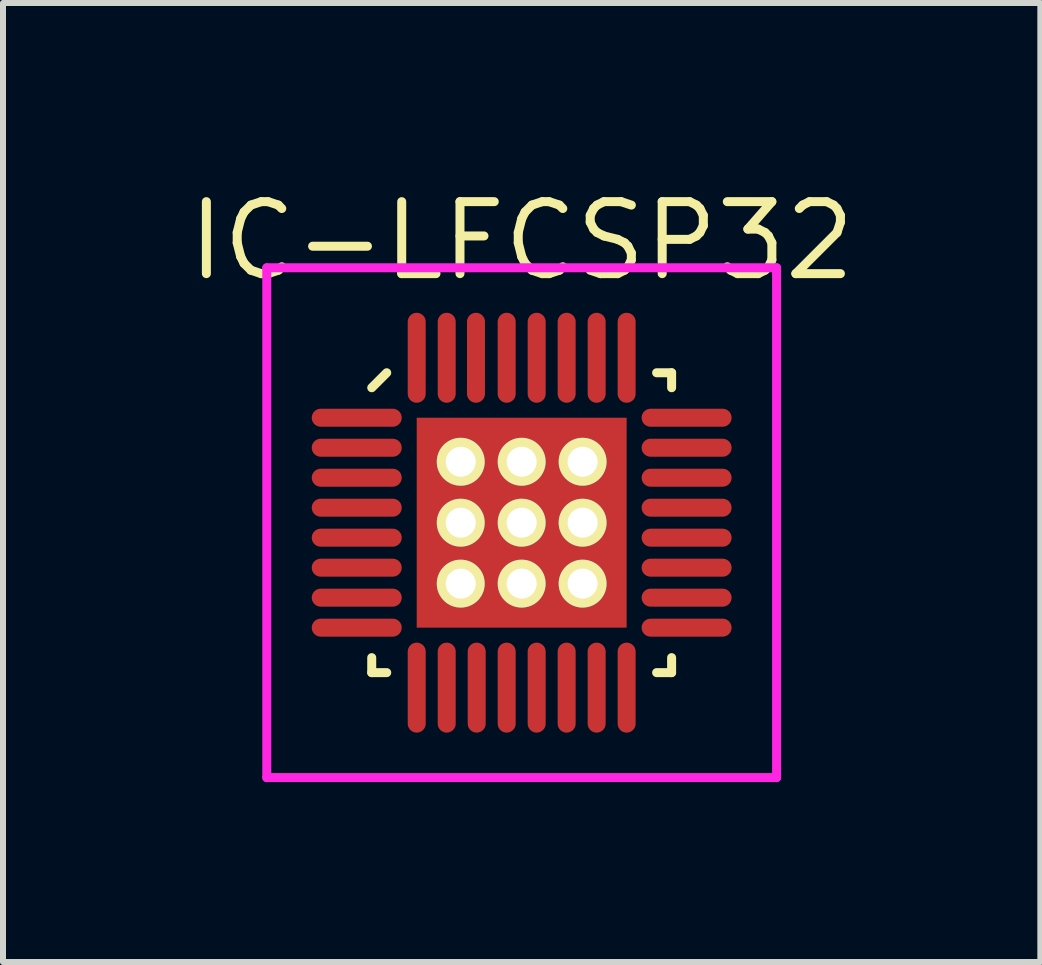
<source format=kicad_pcb>
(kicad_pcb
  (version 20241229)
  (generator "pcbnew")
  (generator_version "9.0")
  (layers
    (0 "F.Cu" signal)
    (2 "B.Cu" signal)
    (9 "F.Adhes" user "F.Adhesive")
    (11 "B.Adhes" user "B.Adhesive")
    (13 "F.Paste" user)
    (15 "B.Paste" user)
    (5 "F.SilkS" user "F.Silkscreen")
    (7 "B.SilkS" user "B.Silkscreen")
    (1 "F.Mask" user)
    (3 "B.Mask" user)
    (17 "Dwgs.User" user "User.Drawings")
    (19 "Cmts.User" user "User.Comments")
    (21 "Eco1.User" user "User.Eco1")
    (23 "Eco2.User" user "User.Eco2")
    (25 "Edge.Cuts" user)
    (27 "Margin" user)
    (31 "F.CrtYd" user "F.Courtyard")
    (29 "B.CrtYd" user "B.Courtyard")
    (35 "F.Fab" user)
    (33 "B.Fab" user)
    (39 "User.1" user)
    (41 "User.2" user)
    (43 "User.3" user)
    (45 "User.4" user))
  (footprint "IC-LFCSP32"
    (layer "F.Cu")
    (at 5.648 5.665)
    (property "Reference" "IC-LFCSP32" (at 0 -4.7 0) (layer "F.SilkS") (effects (font (size 1.2 1.2) (thickness 0.15))))
    (attr through_hole)
    (fp_line (start -2.5 -2.25) (end -2.25 -2.5) (stroke (width 0.15) (type solid)) (layer "F.SilkS"))
    (fp_line (start -2.5 2.5) (end -2.5 2.25) (stroke (width 0.15) (type solid)) (layer "F.SilkS"))
    (fp_line (start -2.25 2.5) (end -2.5 2.5) (stroke (width 0.15) (type solid)) (layer "F.SilkS"))
    (fp_line (start 2.25 -2.5) (end 2.5 -2.5) (stroke (width 0.15) (type solid)) (layer "F.SilkS"))
    (fp_line (start 2.25 2.5) (end 2.5 2.5) (stroke (width 0.15) (type solid)) (layer "F.SilkS"))
    (fp_line (start 2.5 -2.5) (end 2.5 -2.25) (stroke (width 0.15) (type solid)) (layer "F.SilkS"))
    (fp_line (start 2.5 2.5) (end 2.5 2.25) (stroke (width 0.15) (type solid)) (layer "F.SilkS"))
    (fp_line (start -4.25 -4.25) (end 4.25 -4.25) (stroke (width 0.15) (type solid)) (layer "F.CrtYd"))
    (fp_line (start -4.25 4.25) (end -4.25 -4.25) (stroke (width 0.15) (type solid)) (layer "F.CrtYd"))
    (fp_line (start 4.25 -4.25) (end 4.25 4.25) (stroke (width 0.15) (type solid)) (layer "F.CrtYd"))
    (fp_line (start 4.25 4.25) (end -4.25 4.25) (stroke (width 0.15) (type solid)) (layer "F.CrtYd"))
    (pad "1" smd oval (at -2.75 -1.75 90) (size 0.3 1.5) (layers "F.Cu" "F.Mask" "F.Paste"))
    (pad "2" smd oval (at -2.75 -1.25 90) (size 0.3 1.5) (layers "F.Cu" "F.Mask" "F.Paste"))
    (pad "3" smd oval (at -2.75 -0.75 90) (size 0.3 1.5) (layers "F.Cu" "F.Mask" "F.Paste"))
    (pad "4" smd oval (at -2.75 -0.25 90) (size 0.3 1.5) (layers "F.Cu" "F.Mask" "F.Paste"))
    (pad "5" smd oval (at -2.75 0.25 90) (size 0.3 1.5) (layers "F.Cu" "F.Mask" "F.Paste"))
    (pad "6" smd oval (at -2.75 0.75 90) (size 0.3 1.5) (layers "F.Cu" "F.Mask" "F.Paste"))
    (pad "7" smd oval (at -2.75 1.25 90) (size 0.3 1.5) (layers "F.Cu" "F.Mask" "F.Paste"))
    (pad "8" smd oval (at -2.75 1.75 90) (size 0.3 1.5) (layers "F.Cu" "F.Mask" "F.Paste"))
    (pad "9" smd oval (at -1.75 2.75) (size 0.3 1.5) (layers "F.Cu" "F.Mask" "F.Paste"))
    (pad "10" smd oval (at -1.25 2.75) (size 0.3 1.5) (layers "F.Cu" "F.Mask" "F.Paste"))
    (pad "11" smd oval (at -0.75 2.75) (size 0.3 1.5) (layers "F.Cu" "F.Mask" "F.Paste"))
    (pad "12" smd oval (at -0.25 2.75) (size 0.3 1.5) (layers "F.Cu" "F.Mask" "F.Paste"))
    (pad "13" smd oval (at 0.25 2.75) (size 0.3 1.5) (layers "F.Cu" "F.Mask" "F.Paste"))
    (pad "14" smd oval (at 0.75 2.75) (size 0.3 1.5) (layers "F.Cu" "F.Mask" "F.Paste"))
    (pad "15" smd oval (at 1.25 2.75) (size 0.3 1.5) (layers "F.Cu" "F.Mask" "F.Paste"))
    (pad "16" smd oval (at 1.75 2.75) (size 0.3 1.5) (layers "F.Cu" "F.Mask" "F.Paste"))
    (pad "17" smd oval (at 2.75 1.75 90) (size 0.3 1.5) (layers "F.Cu" "F.Mask" "F.Paste"))
    (pad "18" smd oval (at 2.75 1.25 90) (size 0.3 1.5) (layers "F.Cu" "F.Mask" "F.Paste"))
    (pad "19" smd oval (at 2.75 0.75 90) (size 0.3 1.5) (layers "F.Cu" "F.Mask" "F.Paste"))
    (pad "20" smd oval (at 2.75 0.25 90) (size 0.3 1.5) (layers "F.Cu" "F.Mask" "F.Paste"))
    (pad "21" smd oval (at 2.75 -0.25 90) (size 0.3 1.5) (layers "F.Cu" "F.Mask" "F.Paste"))
    (pad "22" smd oval (at 2.75 -0.75 90) (size 0.3 1.5) (layers "F.Cu" "F.Mask" "F.Paste"))
    (pad "23" smd oval (at 2.75 -1.25 90) (size 0.3 1.5) (layers "F.Cu" "F.Mask" "F.Paste"))
    (pad "24" smd oval (at 2.75 -1.75 90) (size 0.3 1.5) (layers "F.Cu" "F.Mask" "F.Paste"))
    (pad "25" smd oval (at 1.75 -2.75) (size 0.3 1.5) (layers "F.Cu" "F.Mask" "F.Paste"))
    (pad "26" smd oval (at 1.25 -2.75) (size 0.3 1.5) (layers "F.Cu" "F.Mask" "F.Paste"))
    (pad "27" smd oval (at 0.75 -2.75) (size 0.3 1.5) (layers "F.Cu" "F.Mask" "F.Paste"))
    (pad "28" smd oval (at 0.25 -2.75) (size 0.3 1.5) (layers "F.Cu" "F.Mask" "F.Paste"))
    (pad "29" smd oval (at -0.25 -2.75) (size 0.3 1.5) (layers "F.Cu" "F.Mask" "F.Paste"))
    (pad "30" smd oval (at -0.762 -2.75) (size 0.3 1.5) (layers "F.Cu" "F.Mask" "F.Paste"))
    (pad "31" smd oval (at -1.25 -2.75) (size 0.3 1.5) (layers "F.Cu" "F.Mask" "F.Paste"))
    (pad "32" smd oval (at -1.75 -2.75) (size 0.3 1.5) (layers "F.Cu" "F.Mask" "F.Paste"))
    (pad "33" thru_hole circle (at -1.016 -1.016) (size 0.8 0.8) (drill 0.5) (layers "*.Cu" "*.Mask" "F.SilkS"))
    (pad "33" thru_hole circle (at -1.016 0) (size 0.8 0.8) (drill 0.5) (layers "*.Cu" "*.Mask" "F.SilkS"))
    (pad "33" thru_hole circle (at -1.016 1.016) (size 0.8 0.8) (drill 0.5) (layers "*.Cu" "*.Mask" "F.SilkS"))
    (pad "33" thru_hole circle (at 0 -1.016) (size 0.8 0.8) (drill 0.5) (layers "*.Cu" "*.Mask" "F.SilkS"))
    (pad "33" thru_hole circle (at 0 0) (size 0.8 0.8) (drill 0.5) (layers "*.Cu" "*.Mask" "F.SilkS"))
    (pad "33" smd rect (at 0 0) (size 3.5 3.5) (layers "F.Cu" "F.Mask" "F.Paste"))
    (pad "33" thru_hole circle (at 0 1.016) (size 0.8 0.8) (drill 0.5) (layers "*.Cu" "*.Mask" "F.SilkS"))
    (pad "33" thru_hole circle (at 1.016 -1.016) (size 0.8 0.8) (drill 0.5) (layers "*.Cu" "*.Mask" "F.SilkS"))
    (pad "33" thru_hole circle (at 1.016 0) (size 0.8 0.8) (drill 0.5) (layers "*.Cu" "*.Mask" "F.SilkS"))
    (pad "33" thru_hole circle (at 1.016 1.016) (size 0.8 0.8) (drill 0.5) (layers "*.Cu" "*.Mask" "F.SilkS")))
  (gr_rect
    (start -3 -3)
    (end 14.296 12.99)
    (stroke (width 0.1) (type default))
    (fill no)
    (layer "Edge.Cuts")))
</source>
